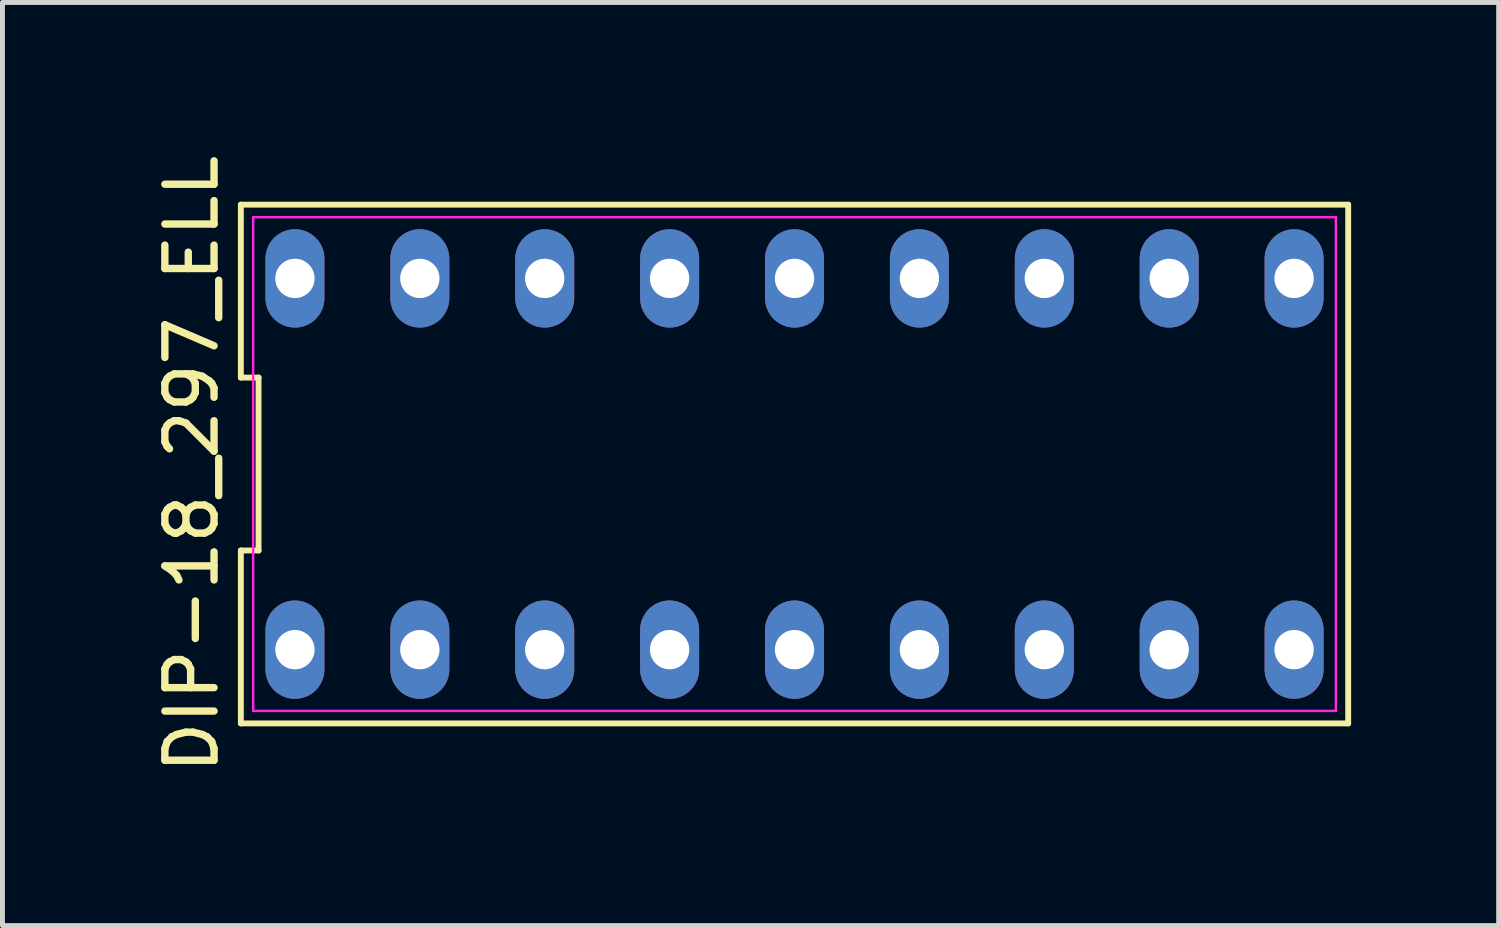
<source format=kicad_pcb>
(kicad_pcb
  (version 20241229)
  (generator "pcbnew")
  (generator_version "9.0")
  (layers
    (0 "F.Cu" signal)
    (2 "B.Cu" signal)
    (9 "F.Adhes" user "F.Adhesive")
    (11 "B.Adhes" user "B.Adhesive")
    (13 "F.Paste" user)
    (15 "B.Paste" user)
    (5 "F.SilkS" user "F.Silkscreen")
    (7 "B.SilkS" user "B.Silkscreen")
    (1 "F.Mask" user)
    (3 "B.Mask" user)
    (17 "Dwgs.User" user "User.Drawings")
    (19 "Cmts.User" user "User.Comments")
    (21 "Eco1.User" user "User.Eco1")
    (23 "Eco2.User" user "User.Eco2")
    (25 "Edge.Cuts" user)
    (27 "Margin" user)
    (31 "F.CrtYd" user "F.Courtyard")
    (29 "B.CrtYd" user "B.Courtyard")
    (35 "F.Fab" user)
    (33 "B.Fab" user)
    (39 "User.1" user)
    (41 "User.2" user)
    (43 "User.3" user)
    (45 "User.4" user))
  (footprint "DIP-18_297_ELL"
    (layer "F.Cu")
    (at 13.108 6.387)
    (property "Reference" "DIP-18_297_ELL" (at -12.26 0 90) (layer "F.SilkS") (effects (font (size 1 1) (thickness 0.15))))
    (attr through_hole)
    (fp_line (start -11.26 -5.275) (end -11.26 -1.758) (stroke (width 0.12) (type solid)) (layer "F.SilkS"))
    (fp_line (start -11.26 -1.758) (end -10.9 -1.758) (stroke (width 0.12) (type solid)) (layer "F.SilkS"))
    (fp_line (start -11.26 1.758) (end -11.26 5.275) (stroke (width 0.12) (type solid)) (layer "F.SilkS"))
    (fp_line (start -11.26 5.275) (end 11.26 5.275) (stroke (width 0.12) (type solid)) (layer "F.SilkS"))
    (fp_line (start -10.9 -1.758) (end -10.9 1.758) (stroke (width 0.12) (type solid)) (layer "F.SilkS"))
    (fp_line (start -10.9 1.758) (end -11.26 1.758) (stroke (width 0.12) (type solid)) (layer "F.SilkS"))
    (fp_line (start 11.26 -5.275) (end -11.26 -5.275) (stroke (width 0.12) (type solid)) (layer "F.SilkS"))
    (fp_line (start 11.26 5.275) (end 11.26 -5.275) (stroke (width 0.12) (type solid)) (layer "F.SilkS"))
    (fp_line (start -11.01 -5.02) (end 11.01 -5.02) (stroke (width 0.05) (type solid)) (layer "F.CrtYd"))
    (fp_line (start -11.01 5.02) (end -11.01 -5.02) (stroke (width 0.05) (type solid)) (layer "F.CrtYd"))
    (fp_line (start 11.01 -5.02) (end 11.01 5.02) (stroke (width 0.05) (type solid)) (layer "F.CrtYd"))
    (fp_line (start 11.01 5.02) (end -11.01 5.02) (stroke (width 0.05) (type solid)) (layer "F.CrtYd"))
    (pad "1" thru_hole oval (at -10.16 3.775) (size 1.2 2) (drill 0.8) (layers "*.Cu" "*.Mask"))
    (pad "2" thru_hole oval (at -7.62 3.775) (size 1.2 2) (drill 0.8) (layers "*.Cu" "*.Mask"))
    (pad "3" thru_hole oval (at -5.08 3.775) (size 1.2 2) (drill 0.8) (layers "*.Cu" "*.Mask"))
    (pad "4" thru_hole oval (at -2.54 3.775) (size 1.2 2) (drill 0.8) (layers "*.Cu" "*.Mask"))
    (pad "5" thru_hole oval (at 0 3.775) (size 1.2 2) (drill 0.8) (layers "*.Cu" "*.Mask"))
    (pad "6" thru_hole oval (at 2.54 3.775) (size 1.2 2) (drill 0.8) (layers "*.Cu" "*.Mask"))
    (pad "7" thru_hole oval (at 5.08 3.775) (size 1.2 2) (drill 0.8) (layers "*.Cu" "*.Mask"))
    (pad "8" thru_hole oval (at 7.62 3.775) (size 1.2 2) (drill 0.8) (layers "*.Cu" "*.Mask"))
    (pad "9" thru_hole oval (at 10.16 3.775) (size 1.2 2) (drill 0.8) (layers "*.Cu" "*.Mask"))
    (pad "10" thru_hole oval (at 10.16 -3.775) (size 1.2 2) (drill 0.8) (layers "*.Cu" "*.Mask"))
    (pad "11" thru_hole oval (at 7.62 -3.775) (size 1.2 2) (drill 0.8) (layers "*.Cu" "*.Mask"))
    (pad "12" thru_hole oval (at 5.08 -3.775) (size 1.2 2) (drill 0.8) (layers "*.Cu" "*.Mask"))
    (pad "13" thru_hole oval (at 2.54 -3.775) (size 1.2 2) (drill 0.8) (layers "*.Cu" "*.Mask"))
    (pad "14" thru_hole oval (at 0 -3.775) (size 1.2 2) (drill 0.8) (layers "*.Cu" "*.Mask"))
    (pad "15" thru_hole oval (at -2.54 -3.775) (size 1.2 2) (drill 0.8) (layers "*.Cu" "*.Mask"))
    (pad "16" thru_hole oval (at -5.08 -3.775) (size 1.2 2) (drill 0.8) (layers "*.Cu" "*.Mask"))
    (pad "17" thru_hole oval (at -7.62 -3.775) (size 1.2 2) (drill 0.8) (layers "*.Cu" "*.Mask"))
    (pad "18" thru_hole oval (at -10.16 -3.775) (size 1.2 2) (drill 0.8) (layers "*.Cu" "*.Mask")))
  (gr_rect
    (start -3 -3)
    (end 27.428 15.774)
    (stroke (width 0.1) (type default))
    (fill no)
    (layer "Edge.Cuts")))
</source>
